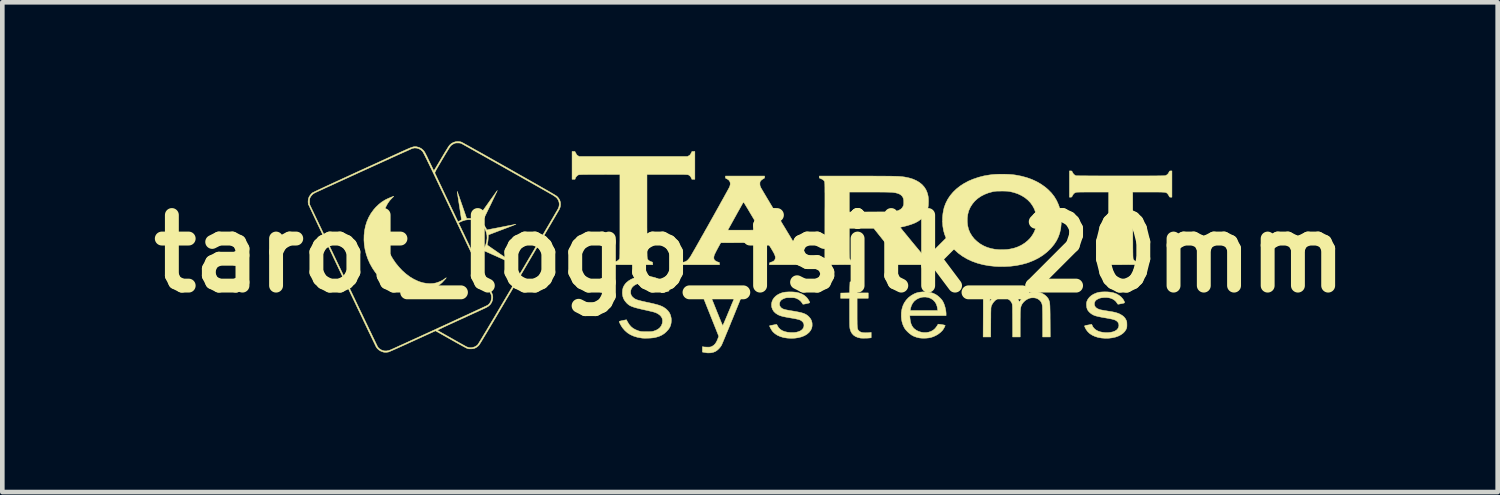
<source format=kicad_pcb>
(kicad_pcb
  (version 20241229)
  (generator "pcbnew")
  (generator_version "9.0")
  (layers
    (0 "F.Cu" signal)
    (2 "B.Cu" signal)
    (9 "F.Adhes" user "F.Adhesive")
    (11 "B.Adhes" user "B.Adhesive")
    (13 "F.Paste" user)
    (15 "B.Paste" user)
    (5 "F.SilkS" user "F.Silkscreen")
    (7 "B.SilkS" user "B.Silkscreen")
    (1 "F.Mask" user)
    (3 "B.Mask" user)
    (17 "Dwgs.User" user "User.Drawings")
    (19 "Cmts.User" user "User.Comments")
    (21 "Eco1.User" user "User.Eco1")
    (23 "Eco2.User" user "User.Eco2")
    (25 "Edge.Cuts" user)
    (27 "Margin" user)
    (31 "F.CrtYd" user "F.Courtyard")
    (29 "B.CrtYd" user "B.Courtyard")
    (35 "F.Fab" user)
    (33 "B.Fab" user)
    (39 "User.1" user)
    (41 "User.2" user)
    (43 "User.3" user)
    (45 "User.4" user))
  (footprint "tarot_logo_fsilk_20mm"
    (layer "F.Cu")
    (at 13.143 2.427)
    (property "Reference" "tarot_logo_fsilk_20mm" (at 0 0 0) (layer "F.SilkS") (effects (font (size 1.524 1.524) (thickness 0.3))))
    (attr through_hole)
    (fp_poly (pts (xy 2.312 0.847) (xy 2.552 0.847) (xy 2.552 0.963) (xy 2.312 0.963) (xy 2.312 1.275) (xy 2.312 1.348) (xy 2.312 1.41) (xy 2.313 1.462) (xy 2.313 1.506) (xy 2.314 1.542) (xy 2.316 1.571) (xy 2.318 1.594) (xy 2.321 1.612) (xy 2.324 1.627) (xy 2.329 1.638) (xy 2.334 1.647) (xy 2.341 1.655) (xy 2.348 1.663) (xy 2.351 1.666) (xy 2.373 1.684) (xy 2.4 1.696) (xy 2.432 1.704) (xy 2.473 1.707) (xy 2.493 1.708) (xy 2.523 1.707) (xy 2.552 1.706) (xy 2.576 1.704) (xy 2.585 1.703) (xy 2.616 1.699) (xy 2.616 1.814) (xy 2.598 1.818) (xy 2.579 1.82) (xy 2.552 1.822) (xy 2.52 1.824) (xy 2.484 1.824) (xy 2.45 1.825) (xy 2.419 1.824) (xy 2.395 1.823) (xy 2.385 1.822) (xy 2.326 1.808) (xy 2.276 1.787) (xy 2.234 1.758) (xy 2.201 1.722) (xy 2.176 1.677) (xy 2.159 1.625) (xy 2.157 1.614) (xy 2.155 1.601) (xy 2.154 1.585) (xy 2.152 1.565) (xy 2.151 1.538) (xy 2.15 1.506) (xy 2.15 1.466) (xy 2.149 1.418) (xy 2.149 1.36) (xy 2.149 1.292) (xy 2.149 1.267) (xy 2.149 0.963) (xy 1.956 0.963) (xy 1.957 0.907) (xy 1.959 0.85) (xy 2.054 0.848) (xy 2.149 0.846) (xy 2.15 0.825) (xy 2.15 0.811) (xy 2.151 0.789) (xy 2.152 0.76) (xy 2.153 0.727) (xy 2.154 0.707) (xy 2.158 0.61) (xy 2.19 0.606) (xy 2.212 0.604) (xy 2.24 0.601) (xy 2.267 0.599) (xy 2.312 0.595) (xy 2.312 0.847)) (stroke (width 0.01) (type solid)) (fill yes) (layer "F.SilkS"))
    (fp_poly (pts (xy -7.695 -1.234) (xy -7.705 -1.224) (xy -7.719 -1.21) (xy -7.728 -1.202) (xy -7.782 -1.144) (xy -7.828 -1.077) (xy -7.867 -1.003) (xy -7.897 -0.922) (xy -7.92 -0.836) (xy -7.934 -0.744) (xy -7.939 -0.647) (xy -7.936 -0.547) (xy -7.924 -0.444) (xy -7.904 -0.339) (xy -7.897 -0.312) (xy -7.864 -0.201) (xy -7.822 -0.093) (xy -7.772 0.01) (xy -7.715 0.108) (xy -7.652 0.201) (xy -7.582 0.287) (xy -7.508 0.366) (xy -7.428 0.437) (xy -7.345 0.499) (xy -7.258 0.551) (xy -7.169 0.593) (xy -7.135 0.606) (xy -7.061 0.628) (xy -6.985 0.641) (xy -6.91 0.646) (xy -6.838 0.642) (xy -6.783 0.632) (xy -6.733 0.616) (xy -6.683 0.596) (xy -6.637 0.572) (xy -6.599 0.547) (xy -6.577 0.531) (xy -6.563 0.521) (xy -6.558 0.519) (xy -6.561 0.526) (xy -6.572 0.54) (xy -6.587 0.557) (xy -6.649 0.624) (xy -6.72 0.684) (xy -6.799 0.737) (xy -6.883 0.781) (xy -6.972 0.816) (xy -7.064 0.841) (xy -7.067 0.841) (xy -7.102 0.847) (xy -7.145 0.851) (xy -7.192 0.855) (xy -7.239 0.856) (xy -7.284 0.856) (xy -7.323 0.855) (xy -7.346 0.852) (xy -7.456 0.831) (xy -7.562 0.799) (xy -7.665 0.756) (xy -7.762 0.703) (xy -7.855 0.64) (xy -7.942 0.567) (xy -8.022 0.485) (xy -8.088 0.405) (xy -8.151 0.312) (xy -8.205 0.216) (xy -8.25 0.116) (xy -8.285 0.015) (xy -8.311 -0.088) (xy -8.328 -0.192) (xy -8.335 -0.295) (xy -8.333 -0.398) (xy -8.322 -0.499) (xy -8.302 -0.597) (xy -8.272 -0.692) (xy -8.233 -0.783) (xy -8.184 -0.869) (xy -8.126 -0.949) (xy -8.076 -1.006) (xy -8.014 -1.065) (xy -7.951 -1.115) (xy -7.884 -1.157) (xy -7.86 -1.17) (xy -7.837 -1.181) (xy -7.809 -1.194) (xy -7.78 -1.206) (xy -7.752 -1.218) (xy -7.726 -1.228) (xy -7.706 -1.235) (xy -7.694 -1.238) (xy -7.692 -1.238) (xy -7.695 -1.234)) (stroke (width 0.01) (type solid)) (fill yes) (layer "F.SilkS"))
    (fp_poly (pts (xy -0.736 1.198) (xy -0.712 1.259) (xy -0.688 1.317) (xy -0.667 1.37) (xy -0.647 1.419) (xy -0.63 1.461) (xy -0.615 1.497) (xy -0.603 1.525) (xy -0.595 1.544) (xy -0.591 1.554) (xy -0.59 1.555) (xy -0.588 1.55) (xy -0.581 1.536) (xy -0.57 1.512) (xy -0.556 1.481) (xy -0.54 1.442) (xy -0.52 1.396) (xy -0.499 1.346) (xy -0.476 1.29) (xy -0.451 1.231) (xy -0.441 1.207) (xy -0.416 1.146) (xy -0.393 1.089) (xy -0.37 1.036) (xy -0.35 0.987) (xy -0.332 0.945) (xy -0.317 0.909) (xy -0.306 0.881) (xy -0.297 0.862) (xy -0.293 0.852) (xy -0.292 0.851) (xy -0.285 0.849) (xy -0.269 0.848) (xy -0.246 0.848) (xy -0.22 0.848) (xy -0.153 0.85) (xy -0.374 1.396) (xy -0.406 1.472) (xy -0.436 1.547) (xy -0.465 1.618) (xy -0.493 1.685) (xy -0.519 1.747) (xy -0.542 1.804) (xy -0.563 1.854) (xy -0.581 1.897) (xy -0.596 1.932) (xy -0.607 1.958) (xy -0.615 1.975) (xy -0.617 1.979) (xy -0.637 2.01) (xy -0.663 2.041) (xy -0.692 2.07) (xy -0.721 2.094) (xy -0.746 2.11) (xy -0.793 2.129) (xy -0.846 2.14) (xy -0.89 2.142) (xy -0.912 2.142) (xy -0.928 2.141) (xy -0.937 2.14) (xy -0.937 2.14) (xy -0.945 2.138) (xy -0.962 2.135) (xy -0.983 2.132) (xy -0.985 2.131) (xy -1.028 2.124) (xy -1.028 2.008) (xy -0.997 2.013) (xy -0.977 2.015) (xy -0.95 2.016) (xy -0.921 2.017) (xy -0.91 2.017) (xy -0.883 2.017) (xy -0.863 2.015) (xy -0.847 2.012) (xy -0.83 2.005) (xy -0.816 1.998) (xy -0.784 1.978) (xy -0.757 1.951) (xy -0.731 1.915) (xy -0.708 1.869) (xy -0.686 1.813) (xy -0.675 1.783) (xy -0.86 1.319) (xy -0.888 1.249) (xy -0.915 1.182) (xy -0.94 1.119) (xy -0.963 1.061) (xy -0.984 1.008) (xy -1.002 0.961) (xy -1.018 0.922) (xy -1.03 0.89) (xy -1.039 0.867) (xy -1.044 0.854) (xy -1.045 0.851) (xy -1.04 0.849) (xy -1.025 0.848) (xy -1.002 0.847) (xy -0.974 0.847) (xy -0.961 0.847) (xy -0.877 0.847) (xy -0.736 1.198)) (stroke (width 0.01) (type solid)) (fill yes) (layer "F.SilkS"))
    (fp_poly (pts (xy 3.84 0.828) (xy 3.884 0.835) (xy 3.925 0.845) (xy 3.964 0.859) (xy 4.003 0.878) (xy 4.039 0.9) (xy 4.076 0.93) (xy 4.112 0.964) (xy 4.143 1) (xy 4.162 1.029) (xy 4.183 1.071) (xy 4.201 1.12) (xy 4.216 1.174) (xy 4.227 1.23) (xy 4.233 1.283) (xy 4.233 1.306) (xy 4.233 1.337) (xy 3.449 1.337) (xy 3.453 1.39) (xy 3.461 1.454) (xy 3.475 1.51) (xy 3.495 1.556) (xy 3.522 1.596) (xy 3.543 1.618) (xy 3.588 1.652) (xy 3.638 1.677) (xy 3.692 1.694) (xy 3.748 1.703) (xy 3.803 1.703) (xy 3.858 1.694) (xy 3.909 1.677) (xy 3.955 1.651) (xy 3.986 1.625) (xy 4 1.61) (xy 4.016 1.59) (xy 4.032 1.568) (xy 4.046 1.547) (xy 4.056 1.53) (xy 4.059 1.523) (xy 4.065 1.522) (xy 4.08 1.523) (xy 4.101 1.525) (xy 4.126 1.529) (xy 4.152 1.533) (xy 4.176 1.537) (xy 4.195 1.542) (xy 4.208 1.545) (xy 4.212 1.547) (xy 4.212 1.554) (xy 4.206 1.569) (xy 4.197 1.588) (xy 4.185 1.61) (xy 4.172 1.631) (xy 4.159 1.65) (xy 4.154 1.657) (xy 4.115 1.696) (xy 4.068 1.733) (xy 4.015 1.765) (xy 3.959 1.791) (xy 3.902 1.81) (xy 3.901 1.81) (xy 3.858 1.818) (xy 3.809 1.823) (xy 3.757 1.825) (xy 3.708 1.824) (xy 3.666 1.82) (xy 3.664 1.82) (xy 3.598 1.805) (xy 3.539 1.784) (xy 3.487 1.756) (xy 3.437 1.718) (xy 3.404 1.688) (xy 3.379 1.662) (xy 3.36 1.641) (xy 3.346 1.622) (xy 3.333 1.601) (xy 3.32 1.577) (xy 3.297 1.523) (xy 3.281 1.47) (xy 3.271 1.415) (xy 3.266 1.358) (xy 3.267 1.275) (xy 3.275 1.226) (xy 3.459 1.226) (xy 4.053 1.226) (xy 4.049 1.196) (xy 4.038 1.135) (xy 4.018 1.082) (xy 3.99 1.037) (xy 3.955 1.001) (xy 3.952 0.998) (xy 3.903 0.966) (xy 3.85 0.946) (xy 3.794 0.936) (xy 3.734 0.937) (xy 3.699 0.943) (xy 3.642 0.961) (xy 3.591 0.988) (xy 3.547 1.023) (xy 3.512 1.067) (xy 3.485 1.118) (xy 3.467 1.175) (xy 3.464 1.193) (xy 3.459 1.226) (xy 3.275 1.226) (xy 3.279 1.198) (xy 3.3 1.127) (xy 3.331 1.061) (xy 3.372 1.002) (xy 3.421 0.949) (xy 3.48 0.904) (xy 3.547 0.866) (xy 3.6 0.845) (xy 3.658 0.832) (xy 3.722 0.825) (xy 3.787 0.825) (xy 3.84 0.828)) (stroke (width 0.01) (type solid)) (fill yes) (layer "F.SilkS"))
    (fp_poly (pts (xy -1.191 -1.606) (xy -1.255 -1.606) (xy -1.267 -1.633) (xy -1.283 -1.663) (xy -1.303 -1.684) (xy -1.328 -1.7) (xy -1.333 -1.702) (xy -1.339 -1.704) (xy -1.347 -1.705) (xy -1.357 -1.706) (xy -1.37 -1.707) (xy -1.388 -1.708) (xy -1.411 -1.709) (xy -1.44 -1.71) (xy -1.475 -1.71) (xy -1.518 -1.71) (xy -1.569 -1.71) (xy -1.63 -1.711) (xy -1.7 -1.711) (xy -1.781 -1.711) (xy -1.788 -1.711) (xy -2.225 -1.711) (xy -2.225 -0.81) (xy -2.225 -0.69) (xy -2.225 -0.581) (xy -2.224 -0.483) (xy -2.224 -0.395) (xy -2.224 -0.316) (xy -2.224 -0.246) (xy -2.224 -0.184) (xy -2.224 -0.13) (xy -2.223 -0.084) (xy -2.223 -0.044) (xy -2.223 -0.01) (xy -2.222 0.018) (xy -2.222 0.042) (xy -2.221 0.061) (xy -2.22 0.076) (xy -2.219 0.087) (xy -2.218 0.096) (xy -2.217 0.103) (xy -2.216 0.108) (xy -2.215 0.112) (xy -2.213 0.115) (xy -2.197 0.138) (xy -2.169 0.158) (xy -2.133 0.174) (xy -2.127 0.176) (xy -2.112 0.18) (xy -2.105 0.186) (xy -2.102 0.197) (xy -2.102 0.211) (xy -2.102 0.239) (xy -2.517 0.239) (xy -2.598 0.239) (xy -2.668 0.239) (xy -2.728 0.239) (xy -2.779 0.239) (xy -2.82 0.238) (xy -2.854 0.238) (xy -2.881 0.237) (xy -2.902 0.236) (xy -2.916 0.236) (xy -2.926 0.234) (xy -2.932 0.233) (xy -2.935 0.231) (xy -2.935 0.231) (xy -2.936 0.22) (xy -2.936 0.204) (xy -2.936 0.204) (xy -2.934 0.193) (xy -2.929 0.185) (xy -2.918 0.179) (xy -2.9 0.172) (xy -2.866 0.157) (xy -2.839 0.137) (xy -2.821 0.115) (xy -2.815 0.101) (xy -2.814 0.091) (xy -2.813 0.071) (xy -2.812 0.039) (xy -2.811 -0.005) (xy -2.811 -0.06) (xy -2.81 -0.127) (xy -2.81 -0.205) (xy -2.809 -0.294) (xy -2.809 -0.396) (xy -2.809 -0.508) (xy -2.809 -0.633) (xy -2.809 -0.769) (xy -2.809 -0.816) (xy -2.809 -1.711) (xy -3.245 -1.71) (xy -3.334 -1.71) (xy -3.411 -1.71) (xy -3.478 -1.71) (xy -3.535 -1.709) (xy -3.583 -1.709) (xy -3.622 -1.708) (xy -3.652 -1.707) (xy -3.675 -1.706) (xy -3.691 -1.705) (xy -3.699 -1.703) (xy -3.701 -1.703) (xy -3.725 -1.689) (xy -3.748 -1.667) (xy -3.766 -1.641) (xy -3.77 -1.631) (xy -3.779 -1.606) (xy -3.842 -1.606) (xy -3.842 -2.207) (xy -3.811 -2.207) (xy -3.781 -2.207) (xy -3.76 -2.168) (xy -3.747 -2.145) (xy -3.735 -2.129) (xy -3.72 -2.118) (xy -3.714 -2.114) (xy -3.687 -2.099) (xy -1.351 -2.099) (xy -1.322 -2.114) (xy -1.306 -2.124) (xy -1.294 -2.135) (xy -1.283 -2.151) (xy -1.273 -2.168) (xy -1.253 -2.207) (xy -1.191 -2.207) (xy -1.191 -1.606)) (stroke (width 0.01) (type solid)) (fill yes) (layer "F.SilkS"))
    (fp_poly (pts (xy 5.571 0.827) (xy 5.622 0.84) (xy 5.669 0.862) (xy 5.713 0.894) (xy 5.721 0.902) (xy 5.752 0.934) (xy 5.776 0.964) (xy 5.794 0.998) (xy 5.801 1.012) (xy 5.814 1.045) (xy 5.842 1) (xy 5.882 0.945) (xy 5.926 0.901) (xy 5.974 0.867) (xy 6.028 0.844) (xy 6.087 0.829) (xy 6.134 0.825) (xy 6.173 0.824) (xy 6.204 0.826) (xy 6.232 0.83) (xy 6.238 0.832) (xy 6.286 0.847) (xy 6.331 0.87) (xy 6.372 0.898) (xy 6.407 0.93) (xy 6.434 0.965) (xy 6.444 0.983) (xy 6.45 0.998) (xy 6.456 1.011) (xy 6.461 1.025) (xy 6.465 1.04) (xy 6.468 1.057) (xy 6.471 1.077) (xy 6.473 1.102) (xy 6.475 1.131) (xy 6.476 1.166) (xy 6.477 1.208) (xy 6.478 1.258) (xy 6.479 1.317) (xy 6.479 1.387) (xy 6.48 1.447) (xy 6.482 1.798) (xy 6.318 1.798) (xy 6.318 1.485) (xy 6.318 1.424) (xy 6.317 1.365) (xy 6.317 1.31) (xy 6.316 1.259) (xy 6.315 1.215) (xy 6.314 1.178) (xy 6.313 1.15) (xy 6.312 1.131) (xy 6.312 1.127) (xy 6.301 1.078) (xy 6.281 1.037) (xy 6.252 1.003) (xy 6.214 0.977) (xy 6.184 0.963) (xy 6.151 0.955) (xy 6.112 0.952) (xy 6.072 0.954) (xy 6.035 0.961) (xy 6.03 0.963) (xy 5.984 0.984) (xy 5.941 1.012) (xy 5.904 1.047) (xy 5.875 1.085) (xy 5.868 1.098) (xy 5.861 1.113) (xy 5.855 1.128) (xy 5.849 1.144) (xy 5.845 1.161) (xy 5.841 1.182) (xy 5.839 1.206) (xy 5.837 1.235) (xy 5.835 1.271) (xy 5.834 1.313) (xy 5.834 1.364) (xy 5.833 1.424) (xy 5.833 1.495) (xy 5.833 1.509) (xy 5.833 1.798) (xy 5.67 1.798) (xy 5.669 1.45) (xy 5.668 1.377) (xy 5.668 1.315) (xy 5.667 1.263) (xy 5.667 1.22) (xy 5.667 1.185) (xy 5.666 1.156) (xy 5.665 1.134) (xy 5.664 1.116) (xy 5.663 1.103) (xy 5.661 1.092) (xy 5.659 1.084) (xy 5.657 1.077) (xy 5.655 1.07) (xy 5.653 1.068) (xy 5.632 1.03) (xy 5.602 0.999) (xy 5.566 0.974) (xy 5.524 0.956) (xy 5.479 0.947) (xy 5.432 0.947) (xy 5.392 0.955) (xy 5.343 0.975) (xy 5.299 1.004) (xy 5.261 1.043) (xy 5.23 1.088) (xy 5.212 1.126) (xy 5.21 1.133) (xy 5.207 1.141) (xy 5.205 1.15) (xy 5.204 1.161) (xy 5.202 1.175) (xy 5.201 1.193) (xy 5.201 1.217) (xy 5.2 1.247) (xy 5.199 1.284) (xy 5.199 1.329) (xy 5.199 1.383) (xy 5.198 1.448) (xy 5.198 1.479) (xy 5.196 1.798) (xy 5.033 1.798) (xy 5.035 1.324) (xy 5.036 0.85) (xy 5.108 0.848) (xy 5.179 0.846) (xy 5.179 1.03) (xy 5.208 0.989) (xy 5.252 0.935) (xy 5.3 0.891) (xy 5.354 0.859) (xy 5.412 0.837) (xy 5.474 0.825) (xy 5.512 0.823) (xy 5.571 0.827)) (stroke (width 0.01) (type solid)) (fill yes) (layer "F.SilkS"))
    (fp_poly (pts (xy 5.48 -1.716) (xy 5.547 -1.714) (xy 5.611 -1.711) (xy 5.669 -1.706) (xy 5.718 -1.7) (xy 5.725 -1.699) (xy 5.854 -1.675) (xy 5.973 -1.643) (xy 6.085 -1.603) (xy 6.189 -1.555) (xy 6.286 -1.499) (xy 6.377 -1.434) (xy 6.438 -1.381) (xy 6.508 -1.31) (xy 6.568 -1.233) (xy 6.618 -1.15) (xy 6.659 -1.06) (xy 6.674 -1.017) (xy 6.69 -0.962) (xy 6.703 -0.91) (xy 6.711 -0.856) (xy 6.717 -0.797) (xy 6.719 -0.743) (xy 6.718 -0.639) (xy 6.708 -0.541) (xy 6.687 -0.449) (xy 6.657 -0.363) (xy 6.617 -0.281) (xy 6.566 -0.203) (xy 6.505 -0.128) (xy 6.485 -0.106) (xy 6.403 -0.029) (xy 6.315 0.039) (xy 6.219 0.098) (xy 6.116 0.149) (xy 6.004 0.193) (xy 5.973 0.203) (xy 5.866 0.232) (xy 5.751 0.255) (xy 5.63 0.27) (xy 5.505 0.277) (xy 5.377 0.278) (xy 5.296 0.274) (xy 5.161 0.26) (xy 5.032 0.237) (xy 4.911 0.205) (xy 4.796 0.164) (xy 4.688 0.114) (xy 4.588 0.055) (xy 4.496 -0.012) (xy 4.411 -0.089) (xy 4.393 -0.106) (xy 4.329 -0.181) (xy 4.275 -0.259) (xy 4.231 -0.342) (xy 4.202 -0.416) (xy 4.178 -0.5) (xy 4.163 -0.589) (xy 4.156 -0.682) (xy 4.156 -0.69) (xy 4.69 -0.69) (xy 4.698 -0.612) (xy 4.715 -0.538) (xy 4.72 -0.521) (xy 4.751 -0.449) (xy 4.792 -0.382) (xy 4.842 -0.319) (xy 4.902 -0.263) (xy 4.969 -0.212) (xy 5.044 -0.169) (xy 5.125 -0.134) (xy 5.13 -0.133) (xy 5.205 -0.111) (xy 5.288 -0.095) (xy 5.375 -0.087) (xy 5.465 -0.086) (xy 5.555 -0.091) (xy 5.614 -0.1) (xy 5.7 -0.119) (xy 5.782 -0.147) (xy 5.858 -0.183) (xy 5.928 -0.227) (xy 5.992 -0.278) (xy 6.048 -0.334) (xy 6.095 -0.397) (xy 6.133 -0.463) (xy 6.162 -0.534) (xy 6.175 -0.583) (xy 6.185 -0.656) (xy 6.187 -0.733) (xy 6.181 -0.81) (xy 6.167 -0.883) (xy 6.166 -0.888) (xy 6.139 -0.964) (xy 6.101 -1.035) (xy 6.055 -1.1) (xy 5.999 -1.158) (xy 5.935 -1.21) (xy 5.862 -1.255) (xy 5.782 -1.293) (xy 5.695 -1.322) (xy 5.627 -1.338) (xy 5.604 -1.343) (xy 5.582 -1.346) (xy 5.559 -1.349) (xy 5.534 -1.35) (xy 5.503 -1.351) (xy 5.465 -1.352) (xy 5.43 -1.352) (xy 5.385 -1.351) (xy 5.349 -1.351) (xy 5.321 -1.35) (xy 5.297 -1.348) (xy 5.276 -1.345) (xy 5.255 -1.342) (xy 5.238 -1.338) (xy 5.147 -1.313) (xy 5.062 -1.28) (xy 4.985 -1.24) (xy 4.915 -1.192) (xy 4.854 -1.137) (xy 4.802 -1.075) (xy 4.758 -1.007) (xy 4.725 -0.934) (xy 4.72 -0.92) (xy 4.701 -0.847) (xy 4.691 -0.77) (xy 4.69 -0.69) (xy 4.156 -0.69) (xy 4.156 -0.777) (xy 4.165 -0.869) (xy 4.182 -0.958) (xy 4.192 -0.999) (xy 4.225 -1.088) (xy 4.268 -1.173) (xy 4.321 -1.253) (xy 4.384 -1.328) (xy 4.455 -1.397) (xy 4.536 -1.461) (xy 4.624 -1.518) (xy 4.72 -1.569) (xy 4.823 -1.612) (xy 4.933 -1.649) (xy 5.049 -1.679) (xy 5.172 -1.7) (xy 5.238 -1.708) (xy 5.289 -1.712) (xy 5.349 -1.715) (xy 5.413 -1.716) (xy 5.48 -1.716)) (stroke (width 0.01) (type solid)) (fill yes) (layer "F.SilkS"))
    (fp_poly (pts (xy 6.937 -1.786) (xy 6.947 -1.783) (xy 6.953 -1.774) (xy 6.961 -1.758) (xy 6.977 -1.73) (xy 6.999 -1.706) (xy 7.024 -1.689) (xy 7.04 -1.683) (xy 7.048 -1.683) (xy 7.068 -1.682) (xy 7.097 -1.682) (xy 7.137 -1.681) (xy 7.185 -1.681) (xy 7.242 -1.681) (xy 7.307 -1.68) (xy 7.38 -1.68) (xy 7.458 -1.68) (xy 7.543 -1.679) (xy 7.633 -1.679) (xy 7.728 -1.679) (xy 7.827 -1.679) (xy 7.929 -1.679) (xy 8.005 -1.679) (xy 8.132 -1.679) (xy 8.246 -1.679) (xy 8.351 -1.679) (xy 8.445 -1.679) (xy 8.529 -1.679) (xy 8.605 -1.679) (xy 8.671 -1.68) (xy 8.729 -1.68) (xy 8.78 -1.68) (xy 8.823 -1.681) (xy 8.86 -1.681) (xy 8.891 -1.682) (xy 8.916 -1.682) (xy 8.935 -1.683) (xy 8.95 -1.684) (xy 8.961 -1.685) (xy 8.968 -1.686) (xy 8.971 -1.687) (xy 9.003 -1.704) (xy 9.029 -1.73) (xy 9.044 -1.758) (xy 9.052 -1.774) (xy 9.059 -1.783) (xy 9.068 -1.786) (xy 9.083 -1.787) (xy 9.109 -1.787) (xy 9.109 -1.22) (xy 9.083 -1.22) (xy 9.067 -1.221) (xy 9.058 -1.225) (xy 9.051 -1.234) (xy 9.045 -1.248) (xy 9.033 -1.269) (xy 9.019 -1.289) (xy 9.014 -1.295) (xy 9.007 -1.302) (xy 8.999 -1.308) (xy 8.991 -1.314) (xy 8.981 -1.318) (xy 8.969 -1.322) (xy 8.953 -1.325) (xy 8.932 -1.327) (xy 8.905 -1.328) (xy 8.873 -1.33) (xy 8.833 -1.33) (xy 8.784 -1.331) (xy 8.727 -1.331) (xy 8.66 -1.331) (xy 8.6 -1.331) (xy 8.262 -1.331) (xy 8.264 -0.615) (xy 8.264 -0.508) (xy 8.264 -0.412) (xy 8.264 -0.326) (xy 8.265 -0.251) (xy 8.265 -0.184) (xy 8.265 -0.126) (xy 8.266 -0.076) (xy 8.266 -0.034) (xy 8.267 0.002) (xy 8.267 0.031) (xy 8.268 0.055) (xy 8.269 0.075) (xy 8.27 0.089) (xy 8.271 0.101) (xy 8.272 0.109) (xy 8.273 0.115) (xy 8.274 0.118) (xy 8.275 0.12) (xy 8.292 0.143) (xy 8.315 0.161) (xy 8.347 0.176) (xy 8.351 0.178) (xy 8.37 0.185) (xy 8.382 0.191) (xy 8.386 0.198) (xy 8.388 0.208) (xy 8.388 0.214) (xy 8.388 0.236) (xy 8.001 0.238) (xy 7.614 0.239) (xy 7.614 0.215) (xy 7.614 0.19) (xy 7.648 0.179) (xy 7.684 0.164) (xy 7.71 0.144) (xy 7.728 0.119) (xy 7.729 0.119) (xy 7.73 0.115) (xy 7.732 0.111) (xy 7.733 0.105) (xy 7.734 0.097) (xy 7.735 0.087) (xy 7.736 0.073) (xy 7.737 0.055) (xy 7.738 0.033) (xy 7.738 0.006) (xy 7.739 -0.027) (xy 7.739 -0.066) (xy 7.74 -0.113) (xy 7.74 -0.167) (xy 7.74 -0.229) (xy 7.74 -0.301) (xy 7.741 -0.382) (xy 7.741 -0.473) (xy 7.741 -0.574) (xy 7.741 -0.617) (xy 7.743 -1.331) (xy 7.403 -1.331) (xy 7.328 -1.331) (xy 7.26 -1.331) (xy 7.2 -1.33) (xy 7.149 -1.33) (xy 7.107 -1.329) (xy 7.074 -1.328) (xy 7.052 -1.327) (xy 7.041 -1.325) (xy 7.041 -1.325) (xy 7.01 -1.312) (xy 6.986 -1.292) (xy 6.966 -1.262) (xy 6.963 -1.257) (xy 6.954 -1.238) (xy 6.946 -1.227) (xy 6.939 -1.222) (xy 6.928 -1.22) (xy 6.921 -1.22) (xy 6.896 -1.22) (xy 6.896 -1.787) (xy 6.922 -1.787) (xy 6.937 -1.786)) (stroke (width 0.01) (type solid)) (fill yes) (layer "F.SilkS"))
    (fp_poly (pts (xy 7.715 0.825) (xy 7.772 0.83) (xy 7.824 0.839) (xy 7.859 0.848) (xy 7.916 0.87) (xy 7.968 0.9) (xy 8.013 0.936) (xy 8.049 0.977) (xy 8.068 1.007) (xy 8.08 1.03) (xy 8.086 1.046) (xy 8.086 1.057) (xy 8.079 1.064) (xy 8.063 1.069) (xy 8.038 1.075) (xy 8.023 1.078) (xy 7.996 1.083) (xy 7.972 1.088) (xy 7.955 1.09) (xy 7.947 1.092) (xy 7.938 1.087) (xy 7.93 1.075) (xy 7.928 1.073) (xy 7.905 1.038) (xy 7.873 1.007) (xy 7.833 0.981) (xy 7.788 0.962) (xy 7.748 0.952) (xy 7.707 0.947) (xy 7.662 0.946) (xy 7.618 0.949) (xy 7.578 0.954) (xy 7.545 0.963) (xy 7.539 0.965) (xy 7.5 0.984) (xy 7.47 1.004) (xy 7.451 1.026) (xy 7.439 1.053) (xy 7.435 1.07) (xy 7.436 1.105) (xy 7.447 1.137) (xy 7.469 1.164) (xy 7.501 1.187) (xy 7.543 1.204) (xy 7.565 1.211) (xy 7.581 1.214) (xy 7.607 1.219) (xy 7.64 1.225) (xy 7.676 1.231) (xy 7.715 1.237) (xy 7.719 1.238) (xy 7.776 1.247) (xy 7.823 1.255) (xy 7.862 1.263) (xy 7.895 1.271) (xy 7.924 1.28) (xy 7.95 1.289) (xy 7.976 1.3) (xy 7.986 1.305) (xy 8.033 1.332) (xy 8.071 1.362) (xy 8.1 1.397) (xy 8.118 1.429) (xy 8.126 1.447) (xy 8.132 1.463) (xy 8.135 1.478) (xy 8.136 1.498) (xy 8.137 1.524) (xy 8.137 1.533) (xy 8.137 1.562) (xy 8.135 1.583) (xy 8.133 1.599) (xy 8.128 1.613) (xy 8.121 1.629) (xy 8.118 1.636) (xy 8.09 1.68) (xy 8.052 1.718) (xy 8.006 1.751) (xy 7.951 1.779) (xy 7.89 1.801) (xy 7.822 1.816) (xy 7.75 1.825) (xy 7.673 1.827) (xy 7.593 1.821) (xy 7.591 1.821) (xy 7.516 1.808) (xy 7.449 1.787) (xy 7.388 1.759) (xy 7.335 1.725) (xy 7.291 1.683) (xy 7.256 1.636) (xy 7.244 1.614) (xy 7.232 1.589) (xy 7.224 1.572) (xy 7.223 1.561) (xy 7.229 1.555) (xy 7.243 1.55) (xy 7.267 1.545) (xy 7.286 1.542) (xy 7.314 1.537) (xy 7.339 1.532) (xy 7.357 1.528) (xy 7.366 1.526) (xy 7.375 1.526) (xy 7.381 1.534) (xy 7.386 1.546) (xy 7.402 1.579) (xy 7.427 1.611) (xy 7.458 1.639) (xy 7.47 1.647) (xy 7.512 1.67) (xy 7.561 1.687) (xy 7.614 1.698) (xy 7.67 1.704) (xy 7.725 1.704) (xy 7.778 1.699) (xy 7.828 1.689) (xy 7.873 1.673) (xy 7.909 1.651) (xy 7.924 1.639) (xy 7.947 1.609) (xy 7.96 1.577) (xy 7.964 1.543) (xy 7.958 1.51) (xy 7.943 1.48) (xy 7.918 1.455) (xy 7.916 1.454) (xy 7.902 1.444) (xy 7.885 1.435) (xy 7.866 1.427) (xy 7.842 1.42) (xy 7.812 1.412) (xy 7.775 1.405) (xy 7.729 1.396) (xy 7.674 1.386) (xy 7.661 1.384) (xy 7.597 1.373) (xy 7.543 1.362) (xy 7.498 1.352) (xy 7.46 1.342) (xy 7.429 1.331) (xy 7.402 1.318) (xy 7.378 1.304) (xy 7.356 1.288) (xy 7.334 1.27) (xy 7.33 1.265) (xy 7.301 1.234) (xy 7.282 1.201) (xy 7.27 1.163) (xy 7.265 1.118) (xy 7.265 1.117) (xy 7.264 1.084) (xy 7.266 1.059) (xy 7.271 1.037) (xy 7.272 1.032) (xy 7.294 0.985) (xy 7.326 0.943) (xy 7.367 0.906) (xy 7.418 0.874) (xy 7.477 0.849) (xy 7.503 0.841) (xy 7.547 0.831) (xy 7.6 0.826) (xy 7.656 0.824) (xy 7.715 0.825)) (stroke (width 0.01) (type solid)) (fill yes) (layer "F.SilkS"))
    (fp_poly (pts (xy 0.923 0.826) (xy 0.996 0.833) (xy 1.061 0.848) (xy 1.119 0.87) (xy 1.171 0.9) (xy 1.216 0.938) (xy 1.217 0.939) (xy 1.233 0.957) (xy 1.249 0.979) (xy 1.264 1.002) (xy 1.277 1.024) (xy 1.286 1.043) (xy 1.289 1.056) (xy 1.289 1.059) (xy 1.283 1.062) (xy 1.268 1.067) (xy 1.247 1.072) (xy 1.222 1.078) (xy 1.197 1.083) (xy 1.174 1.088) (xy 1.155 1.09) (xy 1.144 1.091) (xy 1.142 1.091) (xy 1.138 1.085) (xy 1.13 1.073) (xy 1.119 1.056) (xy 1.118 1.055) (xy 1.088 1.019) (xy 1.049 0.989) (xy 1.003 0.966) (xy 0.994 0.962) (xy 0.976 0.957) (xy 0.959 0.953) (xy 0.94 0.951) (xy 0.917 0.949) (xy 0.885 0.949) (xy 0.87 0.949) (xy 0.835 0.949) (xy 0.808 0.95) (xy 0.788 0.952) (xy 0.77 0.955) (xy 0.754 0.96) (xy 0.746 0.962) (xy 0.704 0.981) (xy 0.672 1.003) (xy 0.65 1.03) (xy 0.639 1.061) (xy 0.636 1.088) (xy 0.639 1.113) (xy 0.647 1.134) (xy 0.652 1.142) (xy 0.664 1.159) (xy 0.68 1.174) (xy 0.699 1.186) (xy 0.723 1.197) (xy 0.753 1.206) (xy 0.792 1.215) (xy 0.84 1.224) (xy 0.886 1.232) (xy 0.959 1.244) (xy 1.02 1.255) (xy 1.073 1.266) (xy 1.118 1.277) (xy 1.156 1.289) (xy 1.188 1.302) (xy 1.215 1.317) (xy 1.24 1.334) (xy 1.262 1.353) (xy 1.278 1.37) (xy 1.307 1.406) (xy 1.326 1.443) (xy 1.338 1.486) (xy 1.341 1.511) (xy 1.341 1.562) (xy 1.331 1.609) (xy 1.31 1.653) (xy 1.278 1.695) (xy 1.267 1.706) (xy 1.224 1.742) (xy 1.171 1.772) (xy 1.11 1.796) (xy 1.043 1.813) (xy 0.97 1.824) (xy 0.892 1.827) (xy 0.811 1.823) (xy 0.794 1.821) (xy 0.72 1.809) (xy 0.652 1.788) (xy 0.591 1.761) (xy 0.539 1.727) (xy 0.495 1.687) (xy 0.489 1.68) (xy 0.476 1.662) (xy 0.462 1.641) (xy 0.449 1.618) (xy 0.437 1.596) (xy 0.427 1.577) (xy 0.422 1.562) (xy 0.422 1.556) (xy 0.428 1.554) (xy 0.444 1.55) (xy 0.466 1.546) (xy 0.488 1.542) (xy 0.515 1.537) (xy 0.539 1.532) (xy 0.557 1.529) (xy 0.565 1.527) (xy 0.572 1.527) (xy 0.579 1.532) (xy 0.587 1.546) (xy 0.592 1.556) (xy 0.617 1.598) (xy 0.652 1.633) (xy 0.695 1.661) (xy 0.748 1.682) (xy 0.81 1.696) (xy 0.882 1.703) (xy 0.885 1.703) (xy 0.946 1.703) (xy 1.002 1.696) (xy 1.051 1.682) (xy 1.092 1.664) (xy 1.125 1.639) (xy 1.148 1.61) (xy 1.162 1.576) (xy 1.162 1.576) (xy 1.165 1.54) (xy 1.159 1.508) (xy 1.141 1.478) (xy 1.132 1.469) (xy 1.119 1.456) (xy 1.104 1.445) (xy 1.087 1.435) (xy 1.065 1.426) (xy 1.037 1.418) (xy 1.002 1.41) (xy 0.96 1.401) (xy 0.907 1.392) (xy 0.877 1.387) (xy 0.818 1.377) (xy 0.77 1.368) (xy 0.73 1.36) (xy 0.697 1.352) (xy 0.669 1.344) (xy 0.645 1.336) (xy 0.623 1.327) (xy 0.602 1.316) (xy 0.6 1.316) (xy 0.553 1.285) (xy 0.515 1.249) (xy 0.488 1.207) (xy 0.47 1.159) (xy 0.467 1.142) (xy 0.464 1.092) (xy 0.472 1.043) (xy 0.49 0.997) (xy 0.518 0.954) (xy 0.555 0.916) (xy 0.601 0.884) (xy 0.626 0.871) (xy 0.661 0.855) (xy 0.693 0.844) (xy 0.725 0.836) (xy 0.761 0.83) (xy 0.804 0.827) (xy 0.841 0.825) (xy 0.923 0.826)) (stroke (width 0.01) (type solid)) (fill yes) (layer "F.SilkS"))
    (fp_poly (pts (xy -2.242 0.489) (xy -2.201 0.491) (xy -2.164 0.493) (xy -2.14 0.496) (xy -2.064 0.513) (xy -1.994 0.538) (xy -1.931 0.572) (xy -1.876 0.613) (xy -1.829 0.661) (xy -1.829 0.662) (xy -1.816 0.679) (xy -1.801 0.701) (xy -1.786 0.725) (xy -1.772 0.749) (xy -1.76 0.771) (xy -1.752 0.789) (xy -1.747 0.8) (xy -1.747 0.803) (xy -1.755 0.807) (xy -1.77 0.811) (xy -1.792 0.818) (xy -1.818 0.824) (xy -1.844 0.831) (xy -1.869 0.836) (xy -1.89 0.841) (xy -1.905 0.843) (xy -1.91 0.844) (xy -1.915 0.835) (xy -1.915 0.833) (xy -1.919 0.819) (xy -1.928 0.799) (xy -1.941 0.776) (xy -1.957 0.754) (xy -1.97 0.737) (xy -2.009 0.702) (xy -2.057 0.672) (xy -2.111 0.648) (xy -2.17 0.631) (xy -2.232 0.622) (xy -2.294 0.62) (xy -2.302 0.621) (xy -2.351 0.626) (xy -2.392 0.635) (xy -2.432 0.649) (xy -2.462 0.663) (xy -2.506 0.689) (xy -2.539 0.719) (xy -2.562 0.754) (xy -2.575 0.793) (xy -2.578 0.829) (xy -2.575 0.866) (xy -2.565 0.896) (xy -2.548 0.923) (xy -2.53 0.941) (xy -2.515 0.954) (xy -2.5 0.966) (xy -2.483 0.977) (xy -2.464 0.986) (xy -2.44 0.996) (xy -2.412 1.005) (xy -2.377 1.014) (xy -2.335 1.025) (xy -2.284 1.036) (xy -2.224 1.05) (xy -2.204 1.054) (xy -2.138 1.068) (xy -2.082 1.081) (xy -2.035 1.093) (xy -1.995 1.104) (xy -1.961 1.114) (xy -1.932 1.125) (xy -1.906 1.136) (xy -1.883 1.147) (xy -1.868 1.155) (xy -1.814 1.192) (xy -1.771 1.234) (xy -1.737 1.281) (xy -1.715 1.333) (xy -1.702 1.391) (xy -1.699 1.438) (xy -1.703 1.495) (xy -1.714 1.545) (xy -1.733 1.591) (xy -1.762 1.635) (xy -1.802 1.679) (xy -1.804 1.682) (xy -1.853 1.725) (xy -1.907 1.759) (xy -1.967 1.786) (xy -2.035 1.806) (xy -2.073 1.814) (xy -2.107 1.818) (xy -2.149 1.822) (xy -2.195 1.824) (xy -2.242 1.825) (xy -2.287 1.825) (xy -2.325 1.823) (xy -2.339 1.821) (xy -2.427 1.806) (xy -2.507 1.782) (xy -2.58 1.75) (xy -2.645 1.709) (xy -2.702 1.659) (xy -2.752 1.601) (xy -2.753 1.6) (xy -2.767 1.579) (xy -2.782 1.554) (xy -2.797 1.529) (xy -2.809 1.504) (xy -2.819 1.484) (xy -2.824 1.469) (xy -2.825 1.464) (xy -2.818 1.46) (xy -2.803 1.455) (xy -2.78 1.449) (xy -2.752 1.443) (xy -2.745 1.442) (xy -2.668 1.426) (xy -2.645 1.471) (xy -2.611 1.526) (xy -2.572 1.573) (xy -2.526 1.611) (xy -2.472 1.641) (xy -2.409 1.666) (xy -2.403 1.668) (xy -2.383 1.673) (xy -2.367 1.678) (xy -2.35 1.681) (xy -2.331 1.682) (xy -2.307 1.683) (xy -2.276 1.684) (xy -2.239 1.684) (xy -2.197 1.684) (xy -2.164 1.683) (xy -2.138 1.682) (xy -2.118 1.68) (xy -2.1 1.677) (xy -2.087 1.674) (xy -2.03 1.654) (xy -1.982 1.627) (xy -1.944 1.595) (xy -1.915 1.556) (xy -1.897 1.511) (xy -1.892 1.49) (xy -1.888 1.444) (xy -1.895 1.402) (xy -1.913 1.365) (xy -1.941 1.332) (xy -1.981 1.302) (xy -1.986 1.299) (xy -2.001 1.29) (xy -2.018 1.282) (xy -2.035 1.274) (xy -2.056 1.267) (xy -2.081 1.259) (xy -2.112 1.251) (xy -2.15 1.242) (xy -2.197 1.231) (xy -2.254 1.218) (xy -2.26 1.217) (xy -2.332 1.201) (xy -2.394 1.186) (xy -2.446 1.173) (xy -2.491 1.161) (xy -2.528 1.148) (xy -2.56 1.136) (xy -2.587 1.124) (xy -2.61 1.11) (xy -2.63 1.095) (xy -2.65 1.078) (xy -2.667 1.061) (xy -2.704 1.016) (xy -2.731 0.97) (xy -2.747 0.921) (xy -2.755 0.867) (xy -2.756 0.841) (xy -2.752 0.783) (xy -2.74 0.732) (xy -2.718 0.687) (xy -2.687 0.644) (xy -2.671 0.627) (xy -2.623 0.587) (xy -2.567 0.553) (xy -2.503 0.525) (xy -2.433 0.504) (xy -2.394 0.496) (xy -2.365 0.493) (xy -2.328 0.49) (xy -2.286 0.489) (xy -2.242 0.489)) (stroke (width 0.01) (type solid)) (fill yes) (layer "F.SilkS"))
    (fp_poly (pts (xy 0.315 -1.654) (xy 0.314 -1.642) (xy 0.311 -1.633) (xy 0.301 -1.625) (xy 0.284 -1.615) (xy 0.282 -1.614) (xy 0.261 -1.601) (xy 0.241 -1.585) (xy 0.231 -1.574) (xy 0.222 -1.561) (xy 0.216 -1.549) (xy 0.214 -1.534) (xy 0.213 -1.512) (xy 0.213 -1.51) (xy 0.214 -1.487) (xy 0.217 -1.467) (xy 0.224 -1.447) (xy 0.234 -1.425) (xy 0.239 -1.415) (xy 0.25 -1.397) (xy 0.266 -1.37) (xy 0.287 -1.334) (xy 0.312 -1.292) (xy 0.341 -1.243) (xy 0.373 -1.189) (xy 0.409 -1.129) (xy 0.447 -1.065) (xy 0.488 -0.997) (xy 0.53 -0.926) (xy 0.574 -0.853) (xy 0.619 -0.779) (xy 0.665 -0.703) (xy 0.71 -0.627) (xy 0.756 -0.552) (xy 0.8 -0.478) (xy 0.844 -0.406) (xy 0.886 -0.336) (xy 0.926 -0.27) (xy 0.964 -0.207) (xy 0.999 -0.15) (xy 1.031 -0.097) (xy 1.059 -0.051) (xy 1.083 -0.012) (xy 1.103 0.02) (xy 1.118 0.044) (xy 1.127 0.059) (xy 1.129 0.061) (xy 1.156 0.099) (xy 1.18 0.128) (xy 1.204 0.15) (xy 1.23 0.165) (xy 1.259 0.177) (xy 1.279 0.183) (xy 1.297 0.188) (xy 1.307 0.193) (xy 1.311 0.201) (xy 1.313 0.214) (xy 1.313 0.215) (xy 1.314 0.239) (xy 0.42 0.239) (xy 0.42 0.216) (xy 0.421 0.204) (xy 0.424 0.196) (xy 0.432 0.191) (xy 0.449 0.185) (xy 0.454 0.184) (xy 0.49 0.171) (xy 0.516 0.155) (xy 0.533 0.134) (xy 0.54 0.12) (xy 0.545 0.103) (xy 0.547 0.084) (xy 0.546 0.065) (xy 0.539 0.042) (xy 0.529 0.015) (xy 0.513 -0.017) (xy 0.491 -0.056) (xy 0.464 -0.102) (xy 0.441 -0.139) (xy 0.379 -0.239) (xy -0.127 -0.238) (xy -0.632 -0.236) (xy -0.696 -0.12) (xy -0.715 -0.084) (xy -0.733 -0.05) (xy -0.748 -0.019) (xy -0.761 0.006) (xy -0.769 0.024) (xy -0.771 0.028) (xy -0.78 0.064) (xy -0.782 0.096) (xy -0.775 0.124) (xy -0.771 0.131) (xy -0.756 0.148) (xy -0.733 0.163) (xy -0.707 0.176) (xy -0.682 0.184) (xy -0.668 0.187) (xy -0.662 0.193) (xy -0.66 0.204) (xy -0.66 0.214) (xy -0.66 0.239) (xy -1.466 0.239) (xy -1.466 0.188) (xy -1.441 0.184) (xy -1.404 0.175) (xy -1.37 0.158) (xy -1.339 0.131) (xy -1.308 0.095) (xy -1.284 0.058) (xy -1.273 0.041) (xy -1.258 0.014) (xy -1.238 -0.02) (xy -1.214 -0.062) (xy -1.186 -0.11) (xy -1.155 -0.165) (xy -1.121 -0.225) (xy -1.085 -0.289) (xy -1.047 -0.357) (xy -1.006 -0.428) (xy -0.965 -0.502) (xy -0.961 -0.508) (xy -0.479 -0.508) (xy -0.132 -0.508) (xy -0.069 -0.508) (xy -0.01 -0.508) (xy 0.044 -0.509) (xy 0.093 -0.509) (xy 0.135 -0.509) (xy 0.169 -0.51) (xy 0.195 -0.511) (xy 0.211 -0.511) (xy 0.216 -0.512) (xy 0.213 -0.518) (xy 0.205 -0.534) (xy 0.192 -0.556) (xy 0.175 -0.586) (xy 0.155 -0.621) (xy 0.132 -0.661) (xy 0.107 -0.705) (xy 0.08 -0.751) (xy 0.052 -0.798) (xy 0.024 -0.845) (xy -0.004 -0.892) (xy -0.031 -0.938) (xy -0.056 -0.98) (xy -0.08 -1.019) (xy -0.1 -1.052) (xy -0.117 -1.08) (xy -0.13 -1.101) (xy -0.138 -1.113) (xy -0.141 -1.117) (xy -0.144 -1.111) (xy -0.153 -1.096) (xy -0.166 -1.074) (xy -0.182 -1.044) (xy -0.202 -1.009) (xy -0.224 -0.969) (xy -0.249 -0.925) (xy -0.275 -0.879) (xy -0.301 -0.831) (xy -0.328 -0.783) (xy -0.354 -0.736) (xy -0.379 -0.691) (xy -0.402 -0.649) (xy -0.423 -0.611) (xy -0.441 -0.579) (xy -0.456 -0.552) (xy -0.466 -0.533) (xy -0.471 -0.524) (xy -0.479 -0.508) (xy -0.961 -0.508) (xy -0.922 -0.577) (xy -0.879 -0.654) (xy -0.836 -0.731) (xy -0.793 -0.807) (xy -0.751 -0.882) (xy -0.71 -0.956) (xy -0.67 -1.027) (xy -0.633 -1.095) (xy -0.597 -1.159) (xy -0.564 -1.218) (xy -0.534 -1.273) (xy -0.507 -1.321) (xy -0.485 -1.362) (xy -0.466 -1.396) (xy -0.452 -1.422) (xy -0.443 -1.439) (xy -0.44 -1.446) (xy -0.428 -1.489) (xy -0.427 -1.527) (xy -0.437 -1.559) (xy -0.457 -1.587) (xy -0.487 -1.609) (xy -0.51 -1.62) (xy -0.524 -1.627) (xy -0.53 -1.636) (xy -0.531 -1.65) (xy -0.531 -1.653) (xy -0.531 -1.676) (xy 0.315 -1.676) (xy 0.315 -1.654)) (stroke (width 0.01) (type solid)) (fill yes) (layer "F.SilkS"))
    (fp_poly (pts (xy 2.432 -1.676) (xy 2.542 -1.676) (xy 2.642 -1.676) (xy 2.732 -1.675) (xy 2.813 -1.675) (xy 2.885 -1.675) (xy 2.949 -1.674) (xy 3.006 -1.674) (xy 3.057 -1.673) (xy 3.101 -1.672) (xy 3.14 -1.671) (xy 3.174 -1.67) (xy 3.205 -1.669) (xy 3.231 -1.667) (xy 3.255 -1.665) (xy 3.277 -1.663) (xy 3.297 -1.661) (xy 3.316 -1.658) (xy 3.335 -1.656) (xy 3.34 -1.655) (xy 3.432 -1.636) (xy 3.515 -1.611) (xy 3.59 -1.578) (xy 3.656 -1.539) (xy 3.712 -1.494) (xy 3.759 -1.442) (xy 3.797 -1.384) (xy 3.818 -1.337) (xy 3.834 -1.29) (xy 3.845 -1.242) (xy 3.851 -1.191) (xy 3.853 -1.134) (xy 3.852 -1.101) (xy 3.85 -1.051) (xy 3.845 -1.009) (xy 3.838 -0.973) (xy 3.828 -0.939) (xy 3.814 -0.905) (xy 3.813 -0.901) (xy 3.781 -0.842) (xy 3.74 -0.79) (xy 3.69 -0.743) (xy 3.63 -0.701) (xy 3.568 -0.667) (xy 3.531 -0.652) (xy 3.487 -0.635) (xy 3.437 -0.619) (xy 3.387 -0.604) (xy 3.338 -0.591) (xy 3.307 -0.584) (xy 3.279 -0.578) (xy 3.26 -0.573) (xy 3.25 -0.57) (xy 3.246 -0.566) (xy 3.247 -0.562) (xy 3.248 -0.561) (xy 3.255 -0.552) (xy 3.269 -0.535) (xy 3.288 -0.511) (xy 3.312 -0.481) (xy 3.341 -0.446) (xy 3.373 -0.407) (xy 3.408 -0.365) (xy 3.444 -0.32) (xy 3.482 -0.274) (xy 3.52 -0.228) (xy 3.557 -0.183) (xy 3.594 -0.139) (xy 3.628 -0.098) (xy 3.659 -0.061) (xy 3.686 -0.028) (xy 3.709 -0.001) (xy 3.726 0.02) (xy 3.737 0.033) (xy 3.739 0.035) (xy 3.785 0.083) (xy 3.828 0.121) (xy 3.871 0.149) (xy 3.914 0.17) (xy 3.953 0.183) (xy 3.971 0.188) (xy 3.981 0.193) (xy 3.985 0.2) (xy 3.987 0.213) (xy 3.987 0.215) (xy 3.989 0.239) (xy 3.071 0.239) (xy 3.072 0.216) (xy 3.074 0.203) (xy 3.078 0.194) (xy 3.087 0.188) (xy 3.103 0.18) (xy 3.109 0.178) (xy 3.14 0.162) (xy 3.16 0.144) (xy 3.17 0.123) (xy 3.168 0.098) (xy 3.156 0.068) (xy 3.141 0.045) (xy 3.133 0.034) (xy 3.119 0.015) (xy 3.098 -0.012) (xy 3.073 -0.045) (xy 3.042 -0.083) (xy 3.009 -0.126) (xy 2.972 -0.172) (xy 2.933 -0.221) (xy 2.894 -0.27) (xy 2.671 -0.549) (xy 2.143 -0.549) (xy 2.143 -0.235) (xy 2.143 -0.156) (xy 2.143 -0.086) (xy 2.144 -0.027) (xy 2.145 0.021) (xy 2.146 0.058) (xy 2.147 0.084) (xy 2.149 0.099) (xy 2.149 0.101) (xy 2.163 0.131) (xy 2.188 0.155) (xy 2.222 0.174) (xy 2.231 0.178) (xy 2.25 0.185) (xy 2.262 0.191) (xy 2.267 0.197) (xy 2.268 0.207) (xy 2.268 0.214) (xy 2.268 0.236) (xy 1.882 0.238) (xy 1.495 0.239) (xy 1.495 0.213) (xy 1.496 0.196) (xy 1.499 0.189) (xy 1.505 0.187) (xy 1.521 0.183) (xy 1.542 0.174) (xy 1.565 0.162) (xy 1.585 0.148) (xy 1.599 0.135) (xy 1.601 0.133) (xy 1.615 0.114) (xy 1.616 -0.712) (xy 1.616 -0.828) (xy 1.616 -0.932) (xy 1.617 -1.025) (xy 1.617 -1.109) (xy 1.617 -1.183) (xy 1.617 -1.249) (xy 1.617 -1.306) (xy 1.616 -1.331) (xy 2.143 -1.331) (xy 2.143 -0.899) (xy 2.623 -0.901) (xy 2.71 -0.901) (xy 2.786 -0.902) (xy 2.853 -0.902) (xy 2.909 -0.902) (xy 2.958 -0.903) (xy 2.998 -0.903) (xy 3.032 -0.904) (xy 3.06 -0.905) (xy 3.082 -0.906) (xy 3.1 -0.907) (xy 3.114 -0.908) (xy 3.125 -0.909) (xy 3.134 -0.911) (xy 3.141 -0.913) (xy 3.19 -0.928) (xy 3.229 -0.945) (xy 3.26 -0.965) (xy 3.283 -0.988) (xy 3.301 -1.017) (xy 3.303 -1.02) (xy 3.311 -1.038) (xy 3.316 -1.054) (xy 3.318 -1.072) (xy 3.319 -1.096) (xy 3.319 -1.109) (xy 3.318 -1.15) (xy 3.313 -1.182) (xy 3.304 -1.208) (xy 3.291 -1.232) (xy 3.286 -1.239) (xy 3.262 -1.264) (xy 3.231 -1.285) (xy 3.192 -1.301) (xy 3.144 -1.314) (xy 3.086 -1.323) (xy 3.065 -1.325) (xy 3.048 -1.326) (xy 3.02 -1.327) (xy 2.982 -1.328) (xy 2.935 -1.329) (xy 2.88 -1.33) (xy 2.817 -1.33) (xy 2.747 -1.331) (xy 2.672 -1.331) (xy 2.592 -1.331) (xy 2.574 -1.331) (xy 2.143 -1.331) (xy 1.616 -1.331) (xy 1.616 -1.355) (xy 1.616 -1.398) (xy 1.616 -1.434) (xy 1.615 -1.464) (xy 1.615 -1.489) (xy 1.614 -1.509) (xy 1.613 -1.525) (xy 1.612 -1.537) (xy 1.611 -1.546) (xy 1.61 -1.553) (xy 1.609 -1.557) (xy 1.608 -1.56) (xy 1.591 -1.583) (xy 1.564 -1.604) (xy 1.525 -1.621) (xy 1.525 -1.621) (xy 1.508 -1.628) (xy 1.499 -1.634) (xy 1.495 -1.642) (xy 1.495 -1.654) (xy 1.495 -1.676) (xy 2.311 -1.676) (xy 2.432 -1.676)) (stroke (width 0.01) (type solid)) (fill yes) (layer "F.SilkS"))
    (fp_poly (pts (xy -6.258 -2.417) (xy -6.231 -2.409) (xy -6.223 -2.405) (xy -6.206 -2.396) (xy -6.18 -2.382) (xy -6.145 -2.362) (xy -6.101 -2.338) (xy -6.051 -2.31) (xy -5.992 -2.277) (xy -5.928 -2.241) (xy -5.857 -2.202) (xy -5.78 -2.159) (xy -5.699 -2.113) (xy -5.612 -2.064) (xy -5.522 -2.013) (xy -5.428 -1.96) (xy -5.33 -1.905) (xy -5.23 -1.849) (xy -5.201 -1.832) (xy -5.072 -1.759) (xy -4.953 -1.691) (xy -4.843 -1.629) (xy -4.743 -1.572) (xy -4.652 -1.521) (xy -4.569 -1.474) (xy -4.496 -1.431) (xy -4.43 -1.394) (xy -4.372 -1.361) (xy -4.322 -1.332) (xy -4.28 -1.307) (xy -4.244 -1.286) (xy -4.216 -1.269) (xy -4.194 -1.255) (xy -4.178 -1.245) (xy -4.168 -1.238) (xy -4.166 -1.236) (xy -4.132 -1.198) (xy -4.107 -1.154) (xy -4.093 -1.108) (xy -4.09 -1.059) (xy -4.097 -1.009) (xy -4.116 -0.96) (xy -4.117 -0.958) (xy -4.121 -0.95) (xy -4.131 -0.933) (xy -4.147 -0.906) (xy -4.167 -0.871) (xy -4.193 -0.827) (xy -4.223 -0.775) (xy -4.258 -0.716) (xy -4.297 -0.649) (xy -4.34 -0.576) (xy -4.387 -0.496) (xy -4.437 -0.41) (xy -4.491 -0.319) (xy -4.548 -0.223) (xy -4.607 -0.122) (xy -4.669 -0.016) (xy -4.733 0.093) (xy -4.8 0.206) (xy -4.868 0.322) (xy -4.938 0.44) (xy -4.979 0.511) (xy -5.07 0.664) (xy -5.154 0.807) (xy -5.233 0.94) (xy -5.306 1.064) (xy -5.374 1.179) (xy -5.437 1.286) (xy -5.494 1.383) (xy -5.547 1.472) (xy -5.595 1.553) (xy -5.639 1.626) (xy -5.678 1.692) (xy -5.713 1.75) (xy -5.744 1.801) (xy -5.77 1.845) (xy -5.793 1.883) (xy -5.812 1.914) (xy -5.828 1.939) (xy -5.84 1.958) (xy -5.849 1.971) (xy -5.855 1.979) (xy -5.856 1.981) (xy -5.895 2.015) (xy -5.925 2.033) (xy -5.946 2.043) (xy -5.964 2.048) (xy -5.983 2.052) (xy -6.009 2.054) (xy -6.02 2.054) (xy -6.05 2.055) (xy -6.073 2.054) (xy -6.093 2.05) (xy -6.108 2.045) (xy -6.118 2.04) (xy -6.138 2.03) (xy -6.166 2.015) (xy -6.202 1.996) (xy -6.243 1.973) (xy -6.29 1.947) (xy -6.341 1.919) (xy -6.396 1.888) (xy -6.453 1.856) (xy -6.465 1.849) (xy -6.791 1.665) (xy -7.283 1.89) (xy -7.355 1.922) (xy -7.424 1.954) (xy -7.491 1.984) (xy -7.553 2.012) (xy -7.61 2.038) (xy -7.662 2.061) (xy -7.707 2.081) (xy -7.745 2.097) (xy -7.774 2.11) (xy -7.795 2.119) (xy -7.806 2.123) (xy -7.807 2.123) (xy -7.855 2.13) (xy -7.904 2.127) (xy -7.921 2.123) (xy -7.968 2.106) (xy -8.011 2.08) (xy -8.048 2.047) (xy -8.071 2.014) (xy -8.076 2.005) (xy -8.085 1.987) (xy -8.098 1.959) (xy -8.116 1.922) (xy -8.138 1.877) (xy -8.163 1.824) (xy -8.192 1.763) (xy -8.225 1.696) (xy -8.26 1.622) (xy -8.298 1.542) (xy -8.339 1.457) (xy -8.381 1.367) (xy -8.426 1.273) (xy -8.473 1.175) (xy -8.521 1.073) (xy -8.571 0.969) (xy -8.622 0.863) (xy -8.673 0.754) (xy -8.725 0.644) (xy -8.778 0.534) (xy -8.831 0.423) (xy -8.883 0.313) (xy -8.935 0.203) (xy -8.987 0.094) (xy -9.037 -0.012) (xy -9.087 -0.117) (xy -9.135 -0.219) (xy -9.182 -0.317) (xy -9.227 -0.412) (xy -9.269 -0.502) (xy -9.31 -0.587) (xy -9.348 -0.668) (xy -9.383 -0.742) (xy -9.415 -0.81) (xy -9.444 -0.871) (xy -9.469 -0.925) (xy -9.491 -0.971) (xy -9.508 -1.008) (xy -9.521 -1.037) (xy -9.53 -1.056) (xy -9.534 -1.065) (xy -9.535 -1.066) (xy -9.54 -1.095) (xy -9.541 -1.127) (xy -9.509 -1.127) (xy -9.509 -1.066) (xy -8.78 0.464) (xy -8.72 0.591) (xy -8.661 0.715) (xy -8.603 0.836) (xy -8.547 0.953) (xy -8.493 1.067) (xy -8.441 1.176) (xy -8.391 1.28) (xy -8.343 1.38) (xy -8.298 1.474) (xy -8.256 1.561) (xy -8.217 1.643) (xy -8.181 1.717) (xy -8.149 1.785) (xy -8.12 1.844) (xy -8.095 1.896) (xy -8.075 1.938) (xy -8.058 1.972) (xy -8.046 1.997) (xy -8.039 2.012) (xy -8.036 2.016) (xy -8.023 2.032) (xy -8.004 2.05) (xy -7.992 2.059) (xy -7.949 2.084) (xy -7.903 2.098) (xy -7.854 2.1) (xy -7.803 2.092) (xy -7.762 2.077) (xy -7.732 2.064) (xy -7.694 2.047) (xy -7.648 2.026) (xy -7.594 2.001) (xy -7.534 1.974) (xy -7.467 1.944) (xy -7.395 1.911) (xy -7.319 1.876) (xy -7.238 1.839) (xy -7.154 1.801) (xy -7.067 1.761) (xy -6.977 1.72) (xy -6.886 1.678) (xy -6.794 1.636) (xy -6.701 1.593) (xy -6.609 1.551) (xy -6.517 1.509) (xy -6.427 1.467) (xy -6.339 1.426) (xy -6.254 1.387) (xy -6.172 1.349) (xy -6.093 1.313) (xy -6.02 1.279) (xy -5.951 1.247) (xy -5.889 1.218) (xy -5.832 1.192) (xy -5.783 1.169) (xy -5.741 1.149) (xy -5.708 1.134) (xy -5.684 1.122) (xy -5.669 1.115) (xy -5.664 1.112) (xy -5.641 1.093) (xy -5.622 1.071) (xy -5.604 1.043) (xy -5.599 1.033) (xy -5.591 1.009) (xy -5.585 0.977) (xy -5.582 0.943) (xy -5.584 0.912) (xy -5.588 0.89) (xy -5.591 0.883) (xy -5.599 0.866) (xy -5.612 0.839) (xy -5.629 0.803) (xy -5.65 0.758) (xy -5.675 0.704) (xy -5.704 0.643) (xy -5.737 0.574) (xy -5.773 0.498) (xy -5.812 0.415) (xy -5.854 0.326) (xy -5.899 0.231) (xy -5.947 0.13) (xy -5.997 0.024) (xy -6.049 -0.086) (xy -6.104 -0.2) (xy -6.16 -0.319) (xy -6.218 -0.44) (xy -6.277 -0.565) (xy -6.321 -0.656) (xy -6.325 -0.666) (xy -6.294 -0.666) (xy -6.246 -0.565) (xy -6.233 -0.539) (xy -6.217 -0.504) (xy -6.196 -0.461) (xy -6.173 -0.413) (xy -6.148 -0.36) (xy -6.122 -0.305) (xy -6.095 -0.249) (xy -6.072 -0.201) (xy -6.043 -0.138) (xy -6.017 -0.086) (xy -5.996 -0.042) (xy -5.979 -0.008) (xy -5.965 0.019) (xy -5.954 0.038) (xy -5.947 0.051) (xy -5.941 0.058) (xy -5.938 0.059) (xy -5.929 0.055) (xy -5.913 0.046) (xy -5.896 0.036) (xy -5.848 0.003) (xy -5.803 -0.04) (xy -5.763 -0.09) (xy -5.729 -0.143) (xy -5.705 -0.196) (xy -5.686 -0.266) (xy -5.678 -0.335) (xy -5.681 -0.403) (xy -5.697 -0.47) (xy -5.721 -0.531) (xy -5.742 -0.567) (xy -5.771 -0.603) (xy -5.805 -0.638) (xy -5.84 -0.668) (xy -5.875 -0.691) (xy -5.881 -0.694) (xy -5.946 -0.719) (xy -6.012 -0.733) (xy -6.078 -0.735) (xy -6.145 -0.726) (xy -6.211 -0.705) (xy -6.24 -0.692) (xy -6.294 -0.666) (xy -6.325 -0.666) (xy -6.393 -0.808) (xy -6.46 -0.949) (xy -6.522 -1.08) (xy -6.58 -1.202) (xy -6.634 -1.315) (xy -6.684 -1.419) (xy -6.729 -1.514) (xy -6.771 -1.602) (xy -6.809 -1.682) (xy -6.84 -1.745) (xy -6.805 -1.745) (xy -6.804 -1.741) (xy -6.804 -1.74) (xy -6.801 -1.733) (xy -6.793 -1.716) (xy -6.78 -1.69) (xy -6.764 -1.655) (xy -6.744 -1.613) (xy -6.721 -1.564) (xy -6.695 -1.509) (xy -6.666 -1.449) (xy -6.636 -1.384) (xy -6.603 -1.315) (xy -6.569 -1.243) (xy -6.552 -1.208) (xy -6.305 -0.69) (xy -6.268 -0.708) (xy -6.248 -0.719) (xy -6.235 -0.729) (xy -6.23 -0.736) (xy -6.231 -0.743) (xy -6.234 -0.761) (xy -6.238 -0.788) (xy -6.243 -0.823) (xy -6.249 -0.865) (xy -6.257 -0.914) (xy -6.265 -0.967) (xy -6.274 -1.024) (xy -6.277 -1.044) (xy -6.286 -1.102) (xy -6.295 -1.156) (xy -6.302 -1.206) (xy -6.309 -1.249) (xy -6.314 -1.286) (xy -6.318 -1.315) (xy -6.321 -1.335) (xy -6.322 -1.345) (xy -6.322 -1.346) (xy -6.32 -1.341) (xy -6.314 -1.326) (xy -6.306 -1.302) (xy -6.294 -1.27) (xy -6.28 -1.231) (xy -6.265 -1.186) (xy -6.247 -1.136) (xy -6.229 -1.082) (xy -6.219 -1.055) (xy -6.118 -0.762) (xy -6.059 -0.761) (xy -6.03 -0.761) (xy -6.004 -0.758) (xy -5.978 -0.754) (xy -5.949 -0.747) (xy -5.917 -0.738) (xy -5.914 -0.738) (xy -5.91 -0.741) (xy -5.904 -0.746) (xy -5.896 -0.755) (xy -5.885 -0.768) (xy -5.871 -0.786) (xy -5.853 -0.81) (xy -5.832 -0.839) (xy -5.805 -0.876) (xy -5.774 -0.92) (xy -5.737 -0.972) (xy -5.694 -1.032) (xy -5.681 -1.05) (xy -5.643 -1.104) (xy -5.607 -1.155) (xy -5.573 -1.202) (xy -5.542 -1.245) (xy -5.516 -1.282) (xy -5.493 -1.314) (xy -5.475 -1.338) (xy -5.463 -1.355) (xy -5.456 -1.363) (xy -5.455 -1.364) (xy -5.458 -1.359) (xy -5.464 -1.344) (xy -5.476 -1.32) (xy -5.491 -1.288) (xy -5.509 -1.25) (xy -5.531 -1.205) (xy -5.555 -1.155) (xy -5.581 -1.1) (xy -5.609 -1.042) (xy -5.622 -1.016) (xy -5.79 -0.669) (xy -5.764 -0.639) (xy -5.746 -0.617) (xy -5.727 -0.593) (xy -5.711 -0.568) (xy -5.698 -0.546) (xy -5.69 -0.53) (xy -5.689 -0.527) (xy -5.685 -0.517) (xy -5.681 -0.514) (xy -5.675 -0.515) (xy -5.658 -0.518) (xy -5.632 -0.523) (xy -5.597 -0.53) (xy -5.556 -0.538) (xy -5.508 -0.547) (xy -5.456 -0.557) (xy -5.4 -0.568) (xy -5.38 -0.572) (xy -5.322 -0.583) (xy -5.267 -0.594) (xy -5.217 -0.604) (xy -5.172 -0.613) (xy -5.134 -0.62) (xy -5.103 -0.626) (xy -5.082 -0.631) (xy -5.07 -0.633) (xy -5.068 -0.633) (xy -5.054 -0.636) (xy -5.068 -0.629) (xy -5.076 -0.626) (xy -5.094 -0.619) (xy -5.12 -0.608) (xy -5.155 -0.595) (xy -5.195 -0.579) (xy -5.242 -0.561) (xy -5.293 -0.542) (xy -5.347 -0.521) (xy -5.366 -0.514) (xy -5.649 -0.406) (xy -5.653 -0.336) (xy -5.655 -0.304) (xy -5.658 -0.272) (xy -5.663 -0.245) (xy -5.666 -0.229) (xy -5.671 -0.209) (xy -5.673 -0.194) (xy -5.673 -0.187) (xy -5.668 -0.183) (xy -5.654 -0.173) (xy -5.632 -0.158) (xy -5.603 -0.137) (xy -5.567 -0.112) (xy -5.526 -0.084) (xy -5.48 -0.052) (xy -5.431 -0.018) (xy -5.378 0.019) (xy -5.366 0.027) (xy -5.313 0.063) (xy -5.263 0.098) (xy -5.217 0.13) (xy -5.175 0.159) (xy -5.139 0.184) (xy -5.109 0.205) (xy -5.086 0.221) (xy -5.071 0.232) (xy -5.065 0.237) (xy -5.065 0.238) (xy -5.07 0.236) (xy -5.085 0.229) (xy -5.11 0.219) (xy -5.142 0.205) (xy -5.181 0.188) (xy -5.226 0.168) (xy -5.276 0.145) (xy -5.331 0.121) (xy -5.389 0.094) (xy -5.404 0.088) (xy -5.463 0.061) (xy -5.519 0.036) (xy -5.571 0.013) (xy -5.617 -0.008) (xy -5.658 -0.026) (xy -5.692 -0.041) (xy -5.719 -0.053) (xy -5.736 -0.06) (xy -5.745 -0.064) (xy -5.745 -0.064) (xy -5.75 -0.06) (xy -5.76 -0.049) (xy -5.766 -0.041) (xy -5.781 -0.024) (xy -5.801 -0.004) (xy -5.826 0.017) (xy -5.851 0.037) (xy -5.873 0.053) (xy -5.89 0.063) (xy -5.898 0.068) (xy -5.904 0.074) (xy -5.908 0.082) (xy -5.91 0.092) (xy -5.909 0.106) (xy -5.905 0.124) (xy -5.898 0.147) (xy -5.888 0.175) (xy -5.874 0.209) (xy -5.856 0.25) (xy -5.834 0.299) (xy -5.807 0.355) (xy -5.777 0.421) (xy -5.741 0.496) (xy -5.731 0.516) (xy -5.703 0.576) (xy -5.676 0.633) (xy -5.651 0.687) (xy -5.628 0.736) (xy -5.607 0.78) (xy -5.59 0.817) (xy -5.576 0.847) (xy -5.566 0.869) (xy -5.561 0.882) (xy -5.561 0.883) (xy -5.555 0.908) (xy -5.553 0.938) (xy -5.554 0.96) (xy -5.562 1.012) (xy -5.581 1.058) (xy -5.609 1.099) (xy -5.648 1.134) (xy -5.692 1.161) (xy -5.704 1.167) (xy -5.726 1.177) (xy -5.756 1.191) (xy -5.795 1.209) (xy -5.841 1.23) (xy -5.894 1.255) (xy -5.952 1.281) (xy -6.015 1.31) (xy -6.083 1.341) (xy -6.153 1.374) (xy -6.227 1.407) (xy -6.246 1.416) (xy -6.319 1.449) (xy -6.388 1.481) (xy -6.454 1.511) (xy -6.515 1.539) (xy -6.57 1.565) (xy -6.62 1.588) (xy -6.662 1.609) (xy -6.697 1.625) (xy -6.724 1.639) (xy -6.743 1.648) (xy -6.751 1.652) (xy -6.752 1.653) (xy -6.745 1.657) (xy -6.73 1.666) (xy -6.707 1.679) (xy -6.677 1.697) (xy -6.64 1.717) (xy -6.599 1.741) (xy -6.555 1.766) (xy -6.507 1.793) (xy -6.458 1.821) (xy -6.408 1.849) (xy -6.359 1.877) (xy -6.312 1.903) (xy -6.267 1.929) (xy -6.226 1.952) (xy -6.189 1.972) (xy -6.159 1.989) (xy -6.135 2.002) (xy -6.12 2.01) (xy -6.114 2.013) (xy -6.069 2.027) (xy -6.024 2.03) (xy -5.99 2.025) (xy -5.942 2.01) (xy -5.9 1.985) (xy -5.88 1.967) (xy -5.875 1.959) (xy -5.864 1.944) (xy -5.849 1.919) (xy -5.829 1.886) (xy -5.803 1.844) (xy -5.773 1.794) (xy -5.737 1.734) (xy -5.695 1.665) (xy -5.649 1.587) (xy -5.597 1.499) (xy -5.539 1.403) (xy -5.476 1.296) (xy -5.408 1.18) (xy -5.334 1.055) (xy -5.254 0.92) (xy -5.168 0.775) (xy -5.077 0.62) (xy -5.006 0.499) (xy -4.935 0.379) (xy -4.865 0.261) (xy -4.798 0.146) (xy -4.732 0.034) (xy -4.668 -0.074) (xy -4.607 -0.178) (xy -4.549 -0.278) (xy -4.493 -0.373) (xy -4.44 -0.462) (xy -4.391 -0.546) (xy -4.345 -0.624) (xy -4.304 -0.695) (xy -4.266 -0.759) (xy -4.233 -0.816) (xy -4.204 -0.866) (xy -4.18 -0.907) (xy -4.161 -0.939) (xy -4.148 -0.963) (xy -4.14 -0.977) (xy -4.138 -0.981) (xy -4.123 -1.025) (xy -4.118 -1.071) (xy -4.125 -1.116) (xy -4.141 -1.159) (xy -4.168 -1.197) (xy -4.18 -1.21) (xy -4.195 -1.222) (xy -4.217 -1.238) (xy -4.245 -1.257) (xy -4.275 -1.275) (xy -4.289 -1.283) (xy -4.334 -1.309) (xy -4.387 -1.339) (xy -4.445 -1.372) (xy -4.51 -1.409) (xy -4.579 -1.448) (xy -4.653 -1.49) (xy -4.731 -1.534) (xy -4.812 -1.58) (xy -4.896 -1.627) (xy -4.982 -1.676) (xy -5.07 -1.725) (xy -5.158 -1.775) (xy -5.247 -1.825) (xy -5.335 -1.875) (xy -5.423 -1.925) (xy -5.509 -1.974) (xy -5.594 -2.021) (xy -5.675 -2.067) (xy -5.753 -2.111) (xy -5.828 -2.153) (xy -5.898 -2.192) (xy -5.963 -2.229) (xy -6.022 -2.262) (xy -6.075 -2.292) (xy -6.122 -2.318) (xy -6.161 -2.34) (xy -6.192 -2.357) (xy -6.214 -2.37) (xy -6.227 -2.377) (xy -6.23 -2.379) (xy -6.248 -2.385) (xy -6.27 -2.389) (xy -6.297 -2.391) (xy -6.309 -2.391) (xy -6.336 -2.391) (xy -6.355 -2.389) (xy -6.372 -2.385) (xy -6.389 -2.377) (xy -6.4 -2.372) (xy -6.423 -2.359) (xy -6.447 -2.342) (xy -6.462 -2.329) (xy -6.47 -2.318) (xy -6.484 -2.297) (xy -6.503 -2.268) (xy -6.526 -2.231) (xy -6.554 -2.186) (xy -6.585 -2.135) (xy -6.619 -2.077) (xy -6.648 -2.029) (xy -6.683 -1.969) (xy -6.713 -1.918) (xy -6.738 -1.876) (xy -6.758 -1.841) (xy -6.774 -1.813) (xy -6.786 -1.79) (xy -6.794 -1.773) (xy -6.8 -1.761) (xy -6.803 -1.752) (xy -6.805 -1.745) (xy -6.84 -1.745) (xy -6.844 -1.754) (xy -6.876 -1.82) (xy -6.904 -1.879) (xy -6.929 -1.931) (xy -6.952 -1.978) (xy -6.972 -2.02) (xy -6.99 -2.056) (xy -7.006 -2.087) (xy -7.019 -2.114) (xy -7.031 -2.137) (xy -7.041 -2.156) (xy -7.049 -2.171) (xy -7.056 -2.184) (xy -7.062 -2.194) (xy -7.067 -2.202) (xy -7.071 -2.208) (xy -7.074 -2.212) (xy -7.075 -2.213) (xy -7.11 -2.244) (xy -7.151 -2.266) (xy -7.196 -2.279) (xy -7.242 -2.282) (xy -7.287 -2.274) (xy -7.29 -2.273) (xy -7.298 -2.269) (xy -7.316 -2.262) (xy -7.343 -2.249) (xy -7.379 -2.233) (xy -7.423 -2.213) (xy -7.475 -2.19) (xy -7.533 -2.164) (xy -7.598 -2.135) (xy -7.668 -2.103) (xy -7.744 -2.069) (xy -7.823 -2.032) (xy -7.906 -1.995) (xy -7.993 -1.955) (xy -8.082 -1.915) (xy -8.172 -1.874) (xy -8.264 -1.832) (xy -8.356 -1.79) (xy -8.449 -1.748) (xy -8.54 -1.706) (xy -8.631 -1.665) (xy -8.719 -1.624) (xy -8.805 -1.585) (xy -8.887 -1.548) (xy -8.966 -1.511) (xy -9.04 -1.477) (xy -9.109 -1.446) (xy -9.173 -1.417) (xy -9.23 -1.39) (xy -9.28 -1.367) (xy -9.322 -1.348) (xy -9.357 -1.332) (xy -9.382 -1.32) (xy -9.398 -1.312) (xy -9.401 -1.311) (xy -9.44 -1.285) (xy -9.472 -1.251) (xy -9.493 -1.219) (xy -9.5 -1.204) (xy -9.505 -1.19) (xy -9.508 -1.175) (xy -9.509 -1.154) (xy -9.509 -1.127) (xy -9.541 -1.127) (xy -9.541 -1.13) (xy -9.538 -1.166) (xy -9.532 -1.195) (xy -9.518 -1.23) (xy -9.495 -1.265) (xy -9.469 -1.296) (xy -9.453 -1.311) (xy -9.444 -1.316) (xy -9.424 -1.326) (xy -9.394 -1.341) (xy -9.354 -1.36) (xy -9.303 -1.384) (xy -9.241 -1.413) (xy -9.169 -1.447) (xy -9.086 -1.485) (xy -8.994 -1.528) (xy -8.891 -1.575) (xy -8.777 -1.628) (xy -8.654 -1.684) (xy -8.52 -1.746) (xy -8.376 -1.812) (xy -8.222 -1.882) (xy -8.057 -1.957) (xy -7.883 -2.037) (xy -7.699 -2.121) (xy -7.505 -2.21) (xy -7.464 -2.228) (xy -7.411 -2.252) (xy -7.367 -2.271) (xy -7.331 -2.286) (xy -7.3 -2.297) (xy -7.275 -2.305) (xy -7.254 -2.309) (xy -7.234 -2.311) (xy -7.216 -2.31) (xy -7.196 -2.308) (xy -7.193 -2.307) (xy -7.141 -2.293) (xy -7.095 -2.268) (xy -7.055 -2.234) (xy -7.053 -2.231) (xy -7.044 -2.221) (xy -7.035 -2.21) (xy -7.026 -2.196) (xy -7.016 -2.179) (xy -7.005 -2.157) (xy -6.99 -2.129) (xy -6.973 -2.095) (xy -6.953 -2.052) (xy -6.928 -1.999) (xy -6.926 -1.995) (xy -6.904 -1.949) (xy -6.884 -1.908) (xy -6.866 -1.87) (xy -6.851 -1.839) (xy -6.839 -1.814) (xy -6.831 -1.798) (xy -6.826 -1.79) (xy -6.826 -1.79) (xy -6.823 -1.794) (xy -6.814 -1.808) (xy -6.8 -1.83) (xy -6.782 -1.859) (xy -6.761 -1.895) (xy -6.736 -1.936) (xy -6.709 -1.981) (xy -6.68 -2.03) (xy -6.668 -2.051) (xy -6.633 -2.11) (xy -6.601 -2.164) (xy -6.571 -2.213) (xy -6.545 -2.255) (xy -6.523 -2.291) (xy -6.505 -2.318) (xy -6.492 -2.337) (xy -6.486 -2.344) (xy -6.449 -2.377) (xy -6.405 -2.402) (xy -6.357 -2.417) (xy -6.308 -2.422) (xy -6.258 -2.417)) (stroke (width 0.01) (type solid)) (fill yes) (layer "F.SilkS")))
  (gr_rect
    (start -3 -3)
    (end 29.285 7.574)
    (stroke (width 0.1) (type default))
    (fill no)
    (layer "Edge.Cuts")))
</source>
